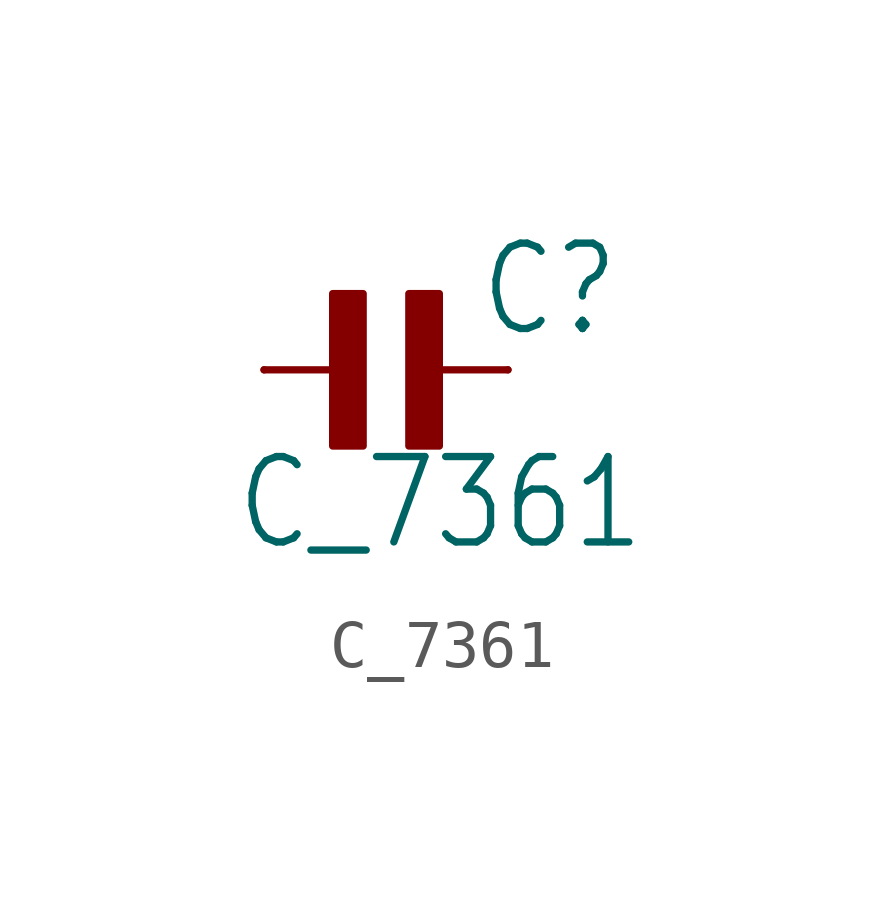
<source format=kicad_sym>
(kicad_symbol_lib
  (version 20211014)
  (generator kicad_symbol_editor)
  (symbol "C_7361"
    (property "Reference" "C"
      (at 1.905 0.635 0)
      (effects (font (size 1.778 1.511)) (justify left bottom)))
    (property "Value" "C_7361"
      (at -3.175 -3.81 0)
      (effects (font (size 1.778 1.511)) (justify left bottom)))
    (property "ki_locked" ""
      (at 0 0 0)
      (effects (font (size 1.27 1.27))))
    (symbol "C_7361_1_0"
      (rectangle (start -1.111 -1.587) (end -0.476 1.587) (stroke (width 0) (type default) (color 0 0 0 0)) (fill (type outline)))
      (polyline (pts (xy -2.54 0) (xy -0.635 0)) (stroke (width 0.152) (type default) (color 0 0 0 0)) (fill (type none)))
      (polyline (pts (xy 2.54 0) (xy 0.635 0)) (stroke (width 0.152) (type default) (color 0 0 0 0)) (fill (type none)))
      (rectangle (start 0.476 -1.587) (end 1.111 1.587) (stroke (width 0) (type default) (color 0 0 0 0)) (fill (type outline)))
      (pin passive line (at -2.54 0 0) (length 0) (name "1" (effects (font (size 0 0)))) (number "1" (effects (font (size 0 0)))))
      (pin passive line (at 2.54 0 180) (length 0) (name "2" (effects (font (size 0 0)))) (number "2" (effects (font (size 0 0))))))))
</source>
